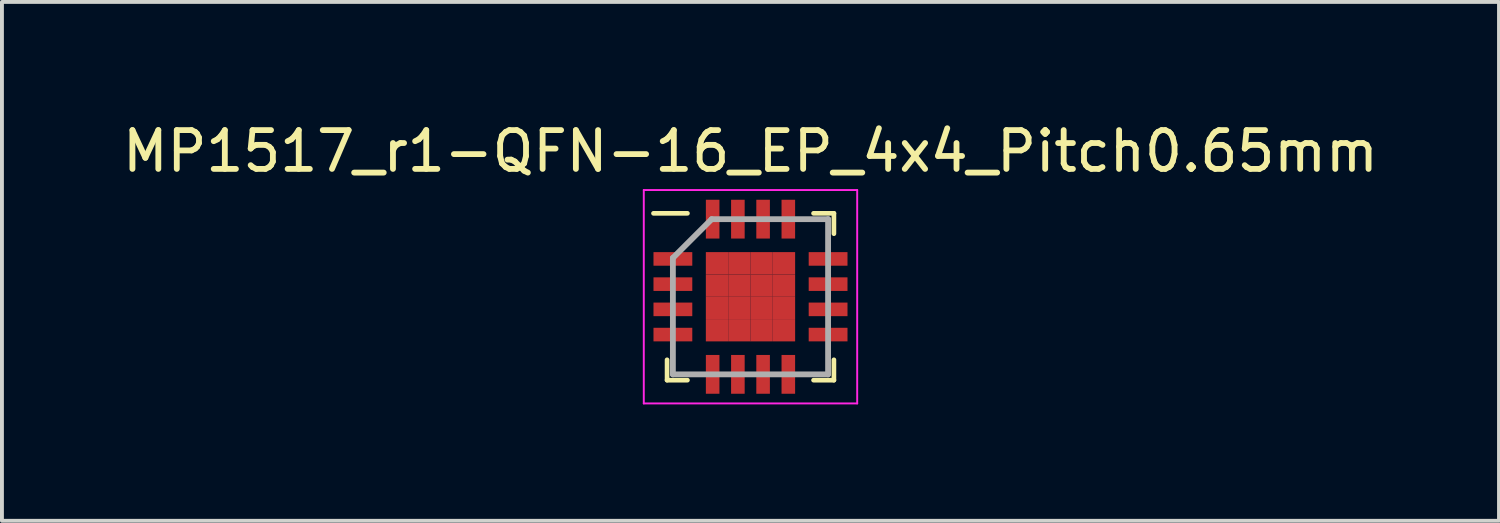
<source format=kicad_pcb>
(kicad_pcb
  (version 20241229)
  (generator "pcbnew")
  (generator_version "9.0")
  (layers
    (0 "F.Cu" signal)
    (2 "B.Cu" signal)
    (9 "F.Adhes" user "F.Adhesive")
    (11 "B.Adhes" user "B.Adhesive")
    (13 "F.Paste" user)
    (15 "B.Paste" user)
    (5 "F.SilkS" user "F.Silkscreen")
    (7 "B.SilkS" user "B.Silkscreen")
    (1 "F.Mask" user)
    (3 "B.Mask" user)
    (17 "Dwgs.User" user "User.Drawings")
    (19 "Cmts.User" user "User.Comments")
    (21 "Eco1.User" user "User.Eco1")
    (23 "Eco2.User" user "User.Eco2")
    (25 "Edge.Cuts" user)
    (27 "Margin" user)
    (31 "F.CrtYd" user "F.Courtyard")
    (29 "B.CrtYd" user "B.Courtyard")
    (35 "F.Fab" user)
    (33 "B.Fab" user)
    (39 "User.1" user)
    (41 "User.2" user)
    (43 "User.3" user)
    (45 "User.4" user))
  (footprint "MP1517_r1-QFN-16_EP_4x4_Pitch0.65mm"
    (layer "F.Cu")
    (at 16.292 4.598)
    (property "Reference" "MP1517_r1-QFN-16_EP_4x4_Pitch0.65mm" (at 0 -3.75 0) (layer "F.SilkS") (effects (font (size 1 1) (thickness 0.15))))
    (attr smd)
    (fp_line (start -2.15 2.15) (end -2.15 1.625) (stroke (width 0.12) (type solid)) (layer "F.SilkS"))
    (fp_line (start -1.625 -2.15) (end -2.5 -2.15) (stroke (width 0.12) (type solid)) (layer "F.SilkS"))
    (fp_line (start -1.625 2.15) (end -2.15 2.15) (stroke (width 0.12) (type solid)) (layer "F.SilkS"))
    (fp_line (start 1.625 -2.15) (end 2.15 -2.15) (stroke (width 0.12) (type solid)) (layer "F.SilkS"))
    (fp_line (start 1.625 2.15) (end 2.15 2.15) (stroke (width 0.12) (type solid)) (layer "F.SilkS"))
    (fp_line (start 2.15 -2.15) (end 2.15 -1.625) (stroke (width 0.12) (type solid)) (layer "F.SilkS"))
    (fp_line (start 2.15 2.15) (end 2.15 1.625) (stroke (width 0.12) (type solid)) (layer "F.SilkS"))
    (fp_line (start -2.75 -2.75) (end 2.75 -2.75) (stroke (width 0.05) (type solid)) (layer "F.CrtYd"))
    (fp_line (start -2.75 2.75) (end -2.75 -2.75) (stroke (width 0.05) (type solid)) (layer "F.CrtYd"))
    (fp_line (start 2.75 -2.75) (end 2.75 2.75) (stroke (width 0.05) (type solid)) (layer "F.CrtYd"))
    (fp_line (start 2.75 2.75) (end -2.75 2.75) (stroke (width 0.05) (type solid)) (layer "F.CrtYd"))
    (fp_line (start -2 -1) (end -2 2) (stroke (width 0.15) (type solid)) (layer "F.Fab"))
    (fp_line (start -2 2) (end 2 2) (stroke (width 0.15) (type solid)) (layer "F.Fab"))
    (fp_line (start -1 -2) (end -2 -1) (stroke (width 0.15) (type solid)) (layer "F.Fab"))
    (fp_line (start 2 -2) (end -1 -2) (stroke (width 0.15) (type solid)) (layer "F.Fab"))
    (fp_line (start 2 2) (end 2 -2) (stroke (width 0.15) (type solid)) (layer "F.Fab"))
    (pad "1" smd rect (at -2 -0.975 90) (size 0.35 1) (layers "F.Cu" "F.Mask" "F.Paste"))
    (pad "2" smd rect (at -2 -0.325 90) (size 0.35 1) (layers "F.Cu" "F.Mask" "F.Paste"))
    (pad "3" smd rect (at -2 0.325 90) (size 0.35 1) (layers "F.Cu" "F.Mask" "F.Paste"))
    (pad "4" smd rect (at -2 0.975 90) (size 0.35 1) (layers "F.Cu" "F.Mask" "F.Paste"))
    (pad "5" smd rect (at -0.975 2) (size 0.35 1) (layers "F.Cu" "F.Mask" "F.Paste"))
    (pad "6" smd rect (at -0.325 2) (size 0.35 1) (layers "F.Cu" "F.Mask" "F.Paste"))
    (pad "7" smd rect (at 0.325 2) (size 0.35 1) (layers "F.Cu" "F.Mask" "F.Paste"))
    (pad "8" smd rect (at 0.975 2) (size 0.35 1) (layers "F.Cu" "F.Mask" "F.Paste"))
    (pad "9" smd rect (at 2 0.975 90) (size 0.35 1) (layers "F.Cu" "F.Mask" "F.Paste"))
    (pad "10" smd rect (at 2 0.325 90) (size 0.35 1) (layers "F.Cu" "F.Mask" "F.Paste"))
    (pad "11" smd rect (at 2 -0.325 90) (size 0.35 1) (layers "F.Cu" "F.Mask" "F.Paste"))
    (pad "12" smd rect (at 2 -0.975 90) (size 0.35 1) (layers "F.Cu" "F.Mask" "F.Paste"))
    (pad "13" smd rect (at 0.975 -2) (size 0.35 1) (layers "F.Cu" "F.Mask" "F.Paste"))
    (pad "14" smd rect (at 0.325 -2) (size 0.35 1) (layers "F.Cu" "F.Mask" "F.Paste"))
    (pad "15" smd rect (at -0.325 -2) (size 0.35 1) (layers "F.Cu" "F.Mask" "F.Paste"))
    (pad "16" smd rect (at -0.975 -2) (size 0.35 1) (layers "F.Cu" "F.Mask" "F.Paste"))
    (pad "17" smd rect (at -0.863 -0.863) (size 0.575 0.575) (layers "F.Cu" "F.Mask" "F.Paste"))
    (pad "17" smd rect (at -0.863 -0.287) (size 0.575 0.575) (layers "F.Cu" "F.Mask" "F.Paste"))
    (pad "17" smd rect (at -0.863 0.287) (size 0.575 0.575) (layers "F.Cu" "F.Mask" "F.Paste"))
    (pad "17" smd rect (at -0.863 0.863) (size 0.575 0.575) (layers "F.Cu" "F.Mask" "F.Paste"))
    (pad "17" smd rect (at -0.287 -0.863) (size 0.575 0.575) (layers "F.Cu" "F.Mask" "F.Paste"))
    (pad "17" smd rect (at -0.287 -0.287) (size 0.575 0.575) (layers "F.Cu" "F.Mask" "F.Paste"))
    (pad "17" smd rect (at -0.287 0.287) (size 0.575 0.575) (layers "F.Cu" "F.Mask" "F.Paste"))
    (pad "17" smd rect (at -0.287 0.863) (size 0.575 0.575) (layers "F.Cu" "F.Mask" "F.Paste"))
    (pad "17" smd rect (at 0.287 -0.863) (size 0.575 0.575) (layers "F.Cu" "F.Mask" "F.Paste"))
    (pad "17" smd rect (at 0.287 -0.287) (size 0.575 0.575) (layers "F.Cu" "F.Mask" "F.Paste"))
    (pad "17" smd rect (at 0.287 0.287) (size 0.575 0.575) (layers "F.Cu" "F.Mask" "F.Paste"))
    (pad "17" smd rect (at 0.287 0.863) (size 0.575 0.575) (layers "F.Cu" "F.Mask" "F.Paste"))
    (pad "17" smd rect (at 0.863 -0.863) (size 0.575 0.575) (layers "F.Cu" "F.Mask" "F.Paste"))
    (pad "17" smd rect (at 0.863 -0.287) (size 0.575 0.575) (layers "F.Cu" "F.Mask" "F.Paste"))
    (pad "17" smd rect (at 0.863 0.287) (size 0.575 0.575) (layers "F.Cu" "F.Mask" "F.Paste"))
    (pad "17" smd rect (at 0.863 0.863) (size 0.575 0.575) (layers "F.Cu" "F.Mask" "F.Paste")))
  (gr_rect
    (start -3 -3)
    (end 35.583 10.373)
    (stroke (width 0.1) (type default))
    (fill no)
    (layer "Edge.Cuts")))
</source>
